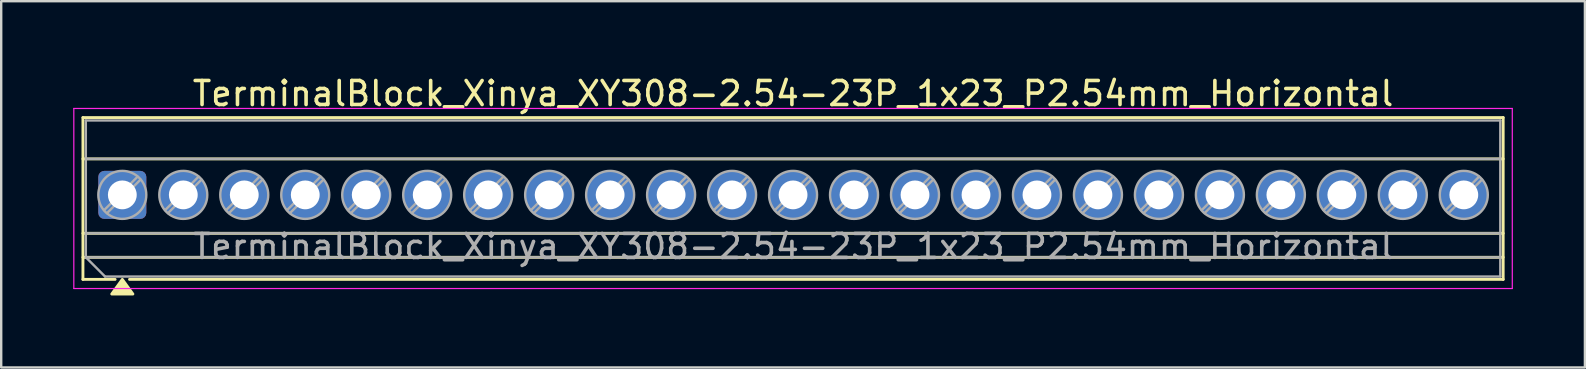
<source format=kicad_pcb>
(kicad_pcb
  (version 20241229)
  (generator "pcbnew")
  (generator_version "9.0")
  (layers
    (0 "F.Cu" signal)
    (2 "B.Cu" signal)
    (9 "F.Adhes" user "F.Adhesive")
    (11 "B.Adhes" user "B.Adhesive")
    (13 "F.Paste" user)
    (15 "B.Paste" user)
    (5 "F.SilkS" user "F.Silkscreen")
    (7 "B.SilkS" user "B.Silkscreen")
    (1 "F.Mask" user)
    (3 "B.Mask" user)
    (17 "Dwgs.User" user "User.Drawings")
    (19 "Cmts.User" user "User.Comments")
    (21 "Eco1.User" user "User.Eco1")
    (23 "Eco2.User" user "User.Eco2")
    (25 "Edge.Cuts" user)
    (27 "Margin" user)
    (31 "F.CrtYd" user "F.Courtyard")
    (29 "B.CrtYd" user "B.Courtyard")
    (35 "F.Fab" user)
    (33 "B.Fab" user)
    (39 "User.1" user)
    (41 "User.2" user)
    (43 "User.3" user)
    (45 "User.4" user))
  (footprint "TerminalBlock_Xinya_XY308-2.54-23P_1x23_P2.54mm_Horizontal"
    (layer "F.Cu")
    (at 2.045 5.068)
    (property "Reference" "TerminalBlock_Xinya_XY308-2.54-23P_1x23_P2.54mm_Horizontal" (at 27.94 -4.22 0) (layer "F.SilkS") (effects (font (size 1 1) (thickness 0.15))))
    (attr through_hole)
    (fp_line (start -1.64 -3.22) (end 57.52 -3.22) (stroke (width 0.12) (type solid)) (layer "F.SilkS"))
    (fp_line (start -1.64 -1.5) (end 57.52 -1.5) (stroke (width 0.12) (type solid)) (layer "F.SilkS"))
    (fp_line (start -1.64 1.6) (end 57.52 1.6) (stroke (width 0.12) (type solid)) (layer "F.SilkS"))
    (fp_line (start -1.64 2.6) (end 57.52 2.6) (stroke (width 0.12) (type solid)) (layer "F.SilkS"))
    (fp_line (start -1.64 3.52) (end -1.64 -3.22) (stroke (width 0.12) (type solid)) (layer "F.SilkS"))
    (fp_line (start -0.3 3.52) (end -1.64 3.52) (stroke (width 0.12) (type solid)) (layer "F.SilkS"))
    (fp_line (start 57.52 -3.22) (end 57.52 3.52) (stroke (width 0.12) (type solid)) (layer "F.SilkS"))
    (fp_line (start 57.52 3.52) (end 0.3 3.52) (stroke (width 0.12) (type solid)) (layer "F.SilkS"))
    (fp_poly (pts (xy 0 3.52) (xy 0.44 4.13) (xy -0.44 4.13)) (stroke (width 0.12) (type solid)) (fill yes) (layer "F.SilkS"))
    (fp_line (start -2.02 -3.6) (end -2.02 3.9) (stroke (width 0.05) (type solid)) (layer "F.CrtYd"))
    (fp_line (start -2.02 3.9) (end 57.9 3.9) (stroke (width 0.05) (type solid)) (layer "F.CrtYd"))
    (fp_line (start 57.9 -3.6) (end -2.02 -3.6) (stroke (width 0.05) (type solid)) (layer "F.CrtYd"))
    (fp_line (start 57.9 3.9) (end 57.9 -3.6) (stroke (width 0.05) (type solid)) (layer "F.CrtYd"))
    (fp_line (start -1.52 -3.1) (end 57.4 -3.1) (stroke (width 0.1) (type solid)) (layer "F.Fab"))
    (fp_line (start -1.52 -1.5) (end 57.4 -1.5) (stroke (width 0.1) (type solid)) (layer "F.Fab"))
    (fp_line (start -1.52 1.6) (end 57.4 1.6) (stroke (width 0.1) (type solid)) (layer "F.Fab"))
    (fp_line (start -1.52 2.6) (end -1.52 -3.1) (stroke (width 0.1) (type solid)) (layer "F.Fab"))
    (fp_line (start -1.52 2.6) (end 57.4 2.6) (stroke (width 0.1) (type solid)) (layer "F.Fab"))
    (fp_line (start -0.72 3.4) (end -1.52 2.6) (stroke (width 0.1) (type solid)) (layer "F.Fab"))
    (fp_line (start 0.636 -0.758) (end -0.758 0.636) (stroke (width 0.1) (type solid)) (layer "F.Fab"))
    (fp_line (start 0.758 -0.636) (end -0.636 0.758) (stroke (width 0.1) (type solid)) (layer "F.Fab"))
    (fp_line (start 3.176 -0.758) (end 1.782 0.636) (stroke (width 0.1) (type solid)) (layer "F.Fab"))
    (fp_line (start 3.298 -0.636) (end 1.904 0.758) (stroke (width 0.1) (type solid)) (layer "F.Fab"))
    (fp_line (start 5.716 -0.758) (end 4.322 0.636) (stroke (width 0.1) (type solid)) (layer "F.Fab"))
    (fp_line (start 5.838 -0.636) (end 4.444 0.758) (stroke (width 0.1) (type solid)) (layer "F.Fab"))
    (fp_line (start 8.256 -0.758) (end 6.862 0.636) (stroke (width 0.1) (type solid)) (layer "F.Fab"))
    (fp_line (start 8.378 -0.636) (end 6.984 0.758) (stroke (width 0.1) (type solid)) (layer "F.Fab"))
    (fp_line (start 10.796 -0.758) (end 9.402 0.636) (stroke (width 0.1) (type solid)) (layer "F.Fab"))
    (fp_line (start 10.918 -0.636) (end 9.524 0.758) (stroke (width 0.1) (type solid)) (layer "F.Fab"))
    (fp_line (start 13.336 -0.758) (end 11.942 0.636) (stroke (width 0.1) (type solid)) (layer "F.Fab"))
    (fp_line (start 13.458 -0.636) (end 12.064 0.758) (stroke (width 0.1) (type solid)) (layer "F.Fab"))
    (fp_line (start 15.876 -0.758) (end 14.482 0.636) (stroke (width 0.1) (type solid)) (layer "F.Fab"))
    (fp_line (start 15.998 -0.636) (end 14.604 0.758) (stroke (width 0.1) (type solid)) (layer "F.Fab"))
    (fp_line (start 18.416 -0.758) (end 17.022 0.636) (stroke (width 0.1) (type solid)) (layer "F.Fab"))
    (fp_line (start 18.538 -0.636) (end 17.144 0.758) (stroke (width 0.1) (type solid)) (layer "F.Fab"))
    (fp_line (start 20.956 -0.758) (end 19.562 0.636) (stroke (width 0.1) (type solid)) (layer "F.Fab"))
    (fp_line (start 21.078 -0.636) (end 19.684 0.758) (stroke (width 0.1) (type solid)) (layer "F.Fab"))
    (fp_line (start 23.496 -0.758) (end 22.102 0.636) (stroke (width 0.1) (type solid)) (layer "F.Fab"))
    (fp_line (start 23.618 -0.636) (end 22.224 0.758) (stroke (width 0.1) (type solid)) (layer "F.Fab"))
    (fp_line (start 26.036 -0.758) (end 24.642 0.636) (stroke (width 0.1) (type solid)) (layer "F.Fab"))
    (fp_line (start 26.158 -0.636) (end 24.764 0.758) (stroke (width 0.1) (type solid)) (layer "F.Fab"))
    (fp_line (start 28.576 -0.758) (end 27.182 0.636) (stroke (width 0.1) (type solid)) (layer "F.Fab"))
    (fp_line (start 28.698 -0.636) (end 27.304 0.758) (stroke (width 0.1) (type solid)) (layer "F.Fab"))
    (fp_line (start 31.116 -0.758) (end 29.722 0.636) (stroke (width 0.1) (type solid)) (layer "F.Fab"))
    (fp_line (start 31.238 -0.636) (end 29.844 0.758) (stroke (width 0.1) (type solid)) (layer "F.Fab"))
    (fp_line (start 33.656 -0.758) (end 32.262 0.636) (stroke (width 0.1) (type solid)) (layer "F.Fab"))
    (fp_line (start 33.778 -0.636) (end 32.384 0.758) (stroke (width 0.1) (type solid)) (layer "F.Fab"))
    (fp_line (start 36.196 -0.758) (end 34.802 0.636) (stroke (width 0.1) (type solid)) (layer "F.Fab"))
    (fp_line (start 36.318 -0.636) (end 34.924 0.758) (stroke (width 0.1) (type solid)) (layer "F.Fab"))
    (fp_line (start 38.736 -0.758) (end 37.342 0.636) (stroke (width 0.1) (type solid)) (layer "F.Fab"))
    (fp_line (start 38.858 -0.636) (end 37.464 0.758) (stroke (width 0.1) (type solid)) (layer "F.Fab"))
    (fp_line (start 41.276 -0.758) (end 39.882 0.636) (stroke (width 0.1) (type solid)) (layer "F.Fab"))
    (fp_line (start 41.398 -0.636) (end 40.004 0.758) (stroke (width 0.1) (type solid)) (layer "F.Fab"))
    (fp_line (start 43.816 -0.758) (end 42.422 0.636) (stroke (width 0.1) (type solid)) (layer "F.Fab"))
    (fp_line (start 43.938 -0.636) (end 42.544 0.758) (stroke (width 0.1) (type solid)) (layer "F.Fab"))
    (fp_line (start 46.356 -0.758) (end 44.962 0.636) (stroke (width 0.1) (type solid)) (layer "F.Fab"))
    (fp_line (start 46.478 -0.636) (end 45.084 0.758) (stroke (width 0.1) (type solid)) (layer "F.Fab"))
    (fp_line (start 48.896 -0.758) (end 47.502 0.636) (stroke (width 0.1) (type solid)) (layer "F.Fab"))
    (fp_line (start 49.018 -0.636) (end 47.624 0.758) (stroke (width 0.1) (type solid)) (layer "F.Fab"))
    (fp_line (start 51.436 -0.758) (end 50.042 0.636) (stroke (width 0.1) (type solid)) (layer "F.Fab"))
    (fp_line (start 51.558 -0.636) (end 50.164 0.758) (stroke (width 0.1) (type solid)) (layer "F.Fab"))
    (fp_line (start 53.976 -0.758) (end 52.582 0.636) (stroke (width 0.1) (type solid)) (layer "F.Fab"))
    (fp_line (start 54.098 -0.636) (end 52.704 0.758) (stroke (width 0.1) (type solid)) (layer "F.Fab"))
    (fp_line (start 56.516 -0.758) (end 55.122 0.636) (stroke (width 0.1) (type solid)) (layer "F.Fab"))
    (fp_line (start 56.638 -0.636) (end 55.244 0.758) (stroke (width 0.1) (type solid)) (layer "F.Fab"))
    (fp_line (start 57.4 -3.1) (end 57.4 3.4) (stroke (width 0.1) (type solid)) (layer "F.Fab"))
    (fp_line (start 57.4 3.4) (end -0.72 3.4) (stroke (width 0.1) (type solid)) (layer "F.Fab"))
    (fp_circle (center 0 0) (end 1 0) (stroke (width 0.1) (type solid)) (fill no) (layer "F.Fab"))
    (fp_circle (center 2.54 0) (end 3.54 0) (stroke (width 0.1) (type solid)) (fill no) (layer "F.Fab"))
    (fp_circle (center 5.08 0) (end 6.08 0) (stroke (width 0.1) (type solid)) (fill no) (layer "F.Fab"))
    (fp_circle (center 7.62 0) (end 8.62 0) (stroke (width 0.1) (type solid)) (fill no) (layer "F.Fab"))
    (fp_circle (center 10.16 0) (end 11.16 0) (stroke (width 0.1) (type solid)) (fill no) (layer "F.Fab"))
    (fp_circle (center 12.7 0) (end 13.7 0) (stroke (width 0.1) (type solid)) (fill no) (layer "F.Fab"))
    (fp_circle (center 15.24 0) (end 16.24 0) (stroke (width 0.1) (type solid)) (fill no) (layer "F.Fab"))
    (fp_circle (center 17.78 0) (end 18.78 0) (stroke (width 0.1) (type solid)) (fill no) (layer "F.Fab"))
    (fp_circle (center 20.32 0) (end 21.32 0) (stroke (width 0.1) (type solid)) (fill no) (layer "F.Fab"))
    (fp_circle (center 22.86 0) (end 23.86 0) (stroke (width 0.1) (type solid)) (fill no) (layer "F.Fab"))
    (fp_circle (center 25.4 0) (end 26.4 0) (stroke (width 0.1) (type solid)) (fill no) (layer "F.Fab"))
    (fp_circle (center 27.94 0) (end 28.94 0) (stroke (width 0.1) (type solid)) (fill no) (layer "F.Fab"))
    (fp_circle (center 30.48 0) (end 31.48 0) (stroke (width 0.1) (type solid)) (fill no) (layer "F.Fab"))
    (fp_circle (center 33.02 0) (end 34.02 0) (stroke (width 0.1) (type solid)) (fill no) (layer "F.Fab"))
    (fp_circle (center 35.56 0) (end 36.56 0) (stroke (width 0.1) (type solid)) (fill no) (layer "F.Fab"))
    (fp_circle (center 38.1 0) (end 39.1 0) (stroke (width 0.1) (type solid)) (fill no) (layer "F.Fab"))
    (fp_circle (center 40.64 0) (end 41.64 0) (stroke (width 0.1) (type solid)) (fill no) (layer "F.Fab"))
    (fp_circle (center 43.18 0) (end 44.18 0) (stroke (width 0.1) (type solid)) (fill no) (layer "F.Fab"))
    (fp_circle (center 45.72 0) (end 46.72 0) (stroke (width 0.1) (type solid)) (fill no) (layer "F.Fab"))
    (fp_circle (center 48.26 0) (end 49.26 0) (stroke (width 0.1) (type solid)) (fill no) (layer "F.Fab"))
    (fp_circle (center 50.8 0) (end 51.8 0) (stroke (width 0.1) (type solid)) (fill no) (layer "F.Fab"))
    (fp_circle (center 53.34 0) (end 54.34 0) (stroke (width 0.1) (type solid)) (fill no) (layer "F.Fab"))
    (fp_circle (center 55.88 0) (end 56.88 0) (stroke (width 0.1) (type solid)) (fill no) (layer "F.Fab"))
    (fp_text user "${REFERENCE}" (at 27.94 2.15 0) (layer "F.Fab") (effects (font (size 1 1) (thickness 0.15))))
    (pad "1" thru_hole roundrect (at 0 0) (size 2 2) (drill 1.2) (layers "*.Cu" "*.Mask") (roundrect_rratio 0.125))
    (pad "2" thru_hole circle (at 2.54 0) (size 2 2) (drill 1.2) (layers "*.Cu" "*.Mask"))
    (pad "3" thru_hole circle (at 5.08 0) (size 2 2) (drill 1.2) (layers "*.Cu" "*.Mask"))
    (pad "4" thru_hole circle (at 7.62 0) (size 2 2) (drill 1.2) (layers "*.Cu" "*.Mask"))
    (pad "5" thru_hole circle (at 10.16 0) (size 2 2) (drill 1.2) (layers "*.Cu" "*.Mask"))
    (pad "6" thru_hole circle (at 12.7 0) (size 2 2) (drill 1.2) (layers "*.Cu" "*.Mask"))
    (pad "7" thru_hole circle (at 15.24 0) (size 2 2) (drill 1.2) (layers "*.Cu" "*.Mask"))
    (pad "8" thru_hole circle (at 17.78 0) (size 2 2) (drill 1.2) (layers "*.Cu" "*.Mask"))
    (pad "9" thru_hole circle (at 20.32 0) (size 2 2) (drill 1.2) (layers "*.Cu" "*.Mask"))
    (pad "10" thru_hole circle (at 22.86 0) (size 2 2) (drill 1.2) (layers "*.Cu" "*.Mask"))
    (pad "11" thru_hole circle (at 25.4 0) (size 2 2) (drill 1.2) (layers "*.Cu" "*.Mask"))
    (pad "12" thru_hole circle (at 27.94 0) (size 2 2) (drill 1.2) (layers "*.Cu" "*.Mask"))
    (pad "13" thru_hole circle (at 30.48 0) (size 2 2) (drill 1.2) (layers "*.Cu" "*.Mask"))
    (pad "14" thru_hole circle (at 33.02 0) (size 2 2) (drill 1.2) (layers "*.Cu" "*.Mask"))
    (pad "15" thru_hole circle (at 35.56 0) (size 2 2) (drill 1.2) (layers "*.Cu" "*.Mask"))
    (pad "16" thru_hole circle (at 38.1 0) (size 2 2) (drill 1.2) (layers "*.Cu" "*.Mask"))
    (pad "17" thru_hole circle (at 40.64 0) (size 2 2) (drill 1.2) (layers "*.Cu" "*.Mask"))
    (pad "18" thru_hole circle (at 43.18 0) (size 2 2) (drill 1.2) (layers "*.Cu" "*.Mask"))
    (pad "19" thru_hole circle (at 45.72 0) (size 2 2) (drill 1.2) (layers "*.Cu" "*.Mask"))
    (pad "20" thru_hole circle (at 48.26 0) (size 2 2) (drill 1.2) (layers "*.Cu" "*.Mask"))
    (pad "21" thru_hole circle (at 50.8 0) (size 2 2) (drill 1.2) (layers "*.Cu" "*.Mask"))
    (pad "22" thru_hole circle (at 53.34 0) (size 2 2) (drill 1.2) (layers "*.Cu" "*.Mask"))
    (pad "23" thru_hole circle (at 55.88 0) (size 2 2) (drill 1.2) (layers "*.Cu" "*.Mask")))
  (gr_rect
    (start -3 -3)
    (end 62.97 12.258)
    (stroke (width 0.1) (type default))
    (fill no)
    (layer "Edge.Cuts")))
</source>
